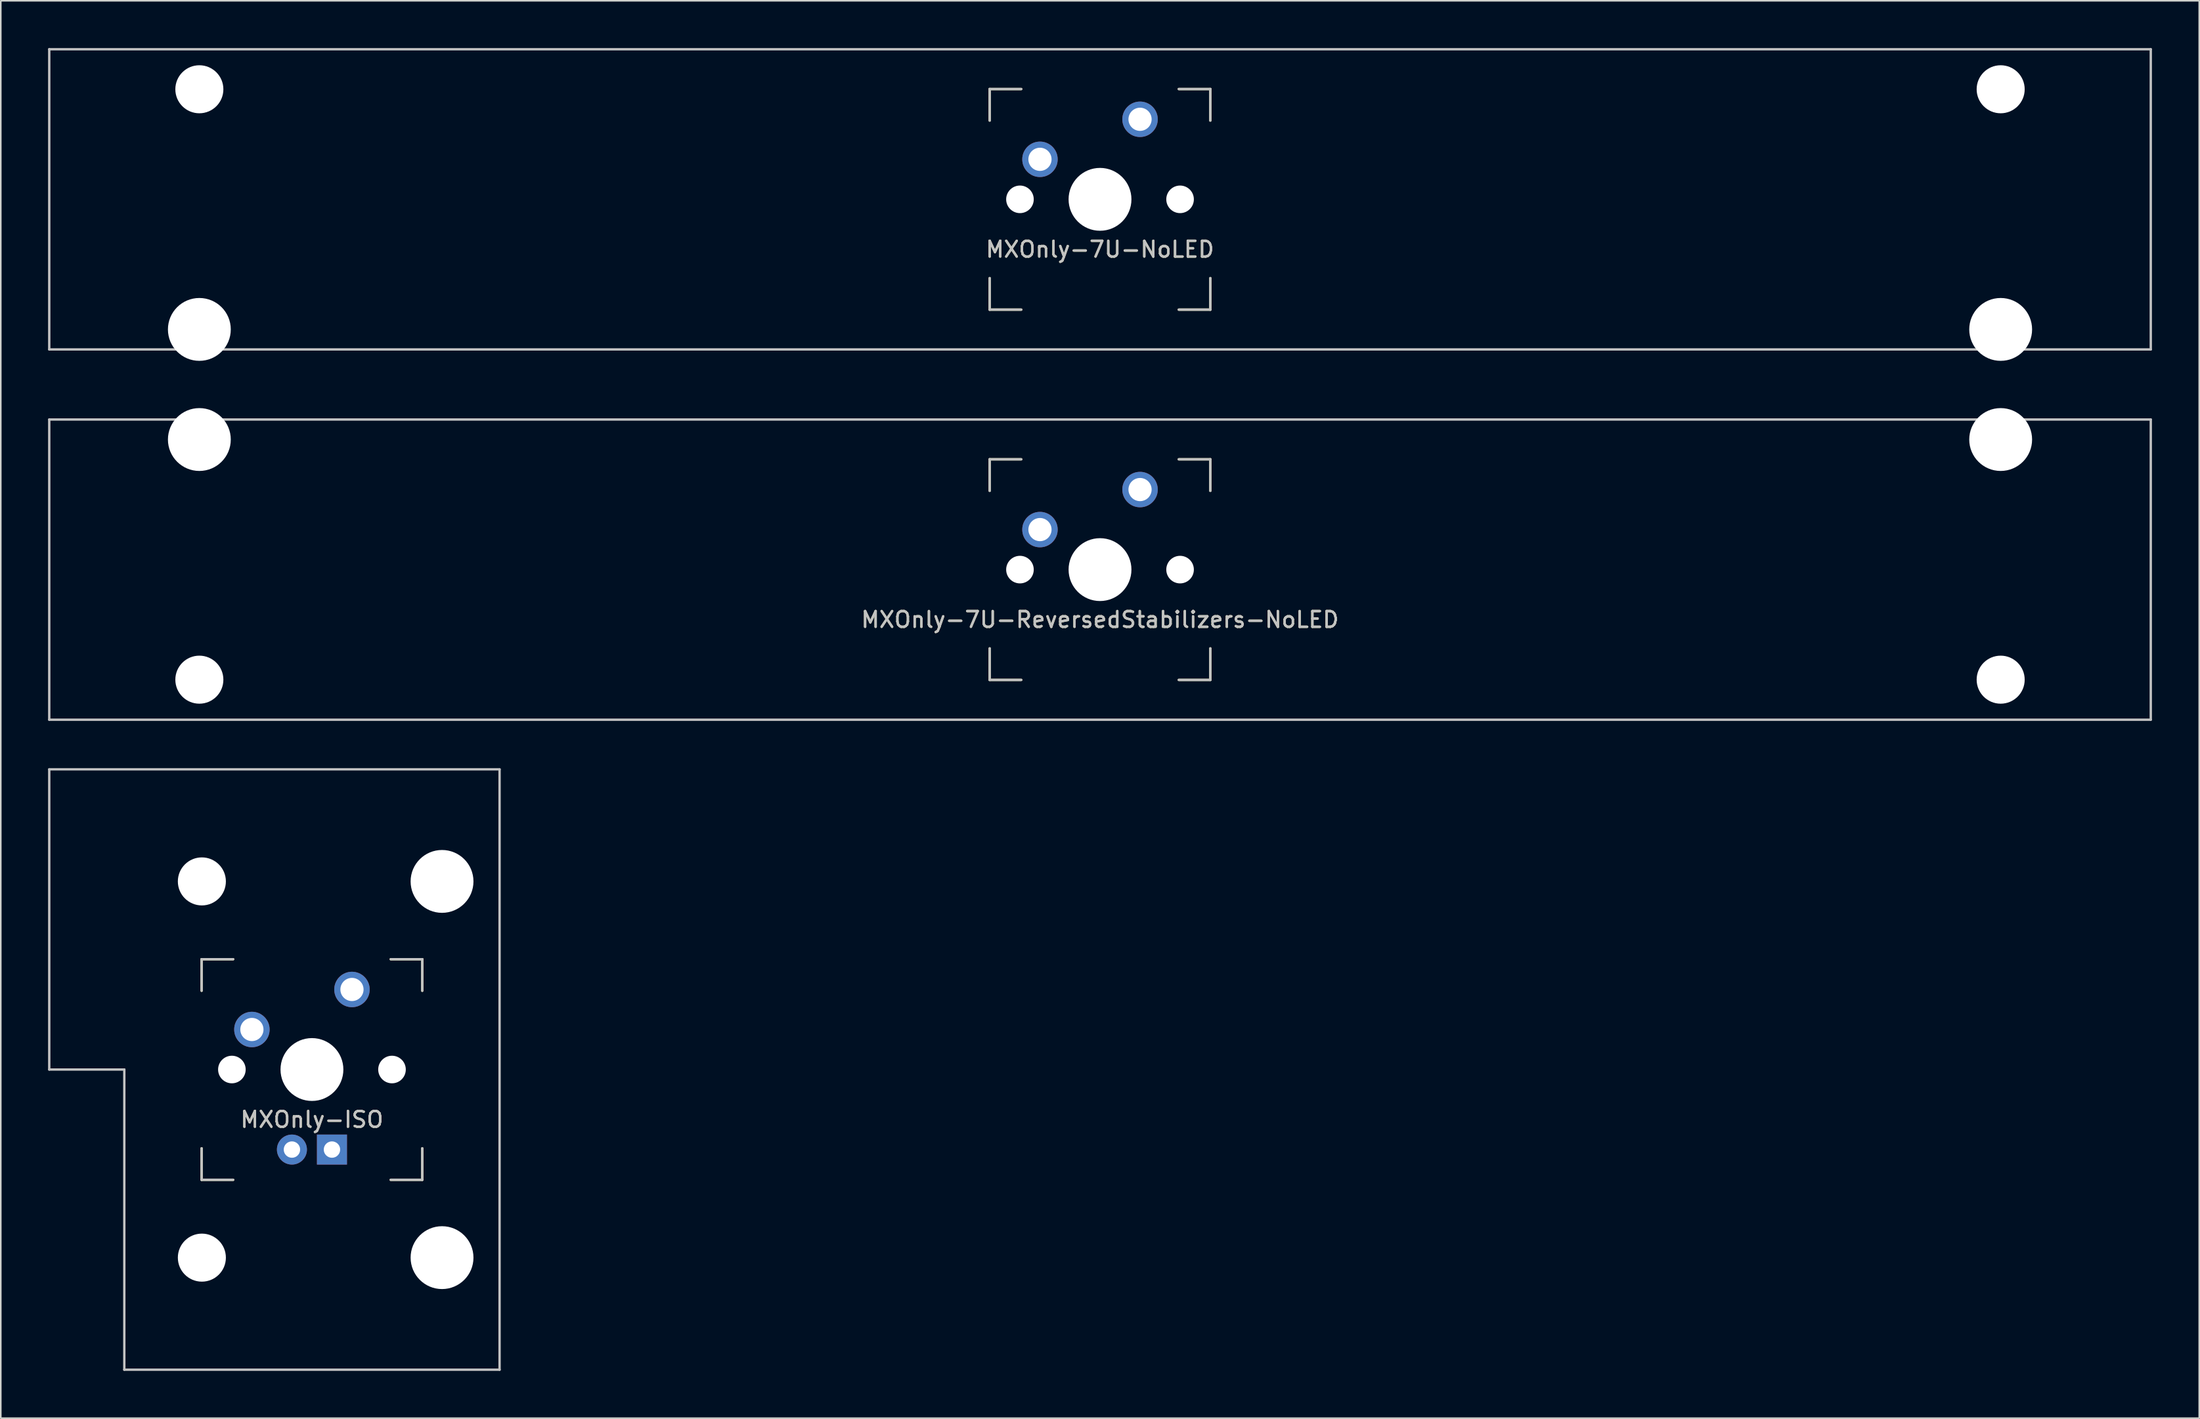
<source format=kicad_pcb>
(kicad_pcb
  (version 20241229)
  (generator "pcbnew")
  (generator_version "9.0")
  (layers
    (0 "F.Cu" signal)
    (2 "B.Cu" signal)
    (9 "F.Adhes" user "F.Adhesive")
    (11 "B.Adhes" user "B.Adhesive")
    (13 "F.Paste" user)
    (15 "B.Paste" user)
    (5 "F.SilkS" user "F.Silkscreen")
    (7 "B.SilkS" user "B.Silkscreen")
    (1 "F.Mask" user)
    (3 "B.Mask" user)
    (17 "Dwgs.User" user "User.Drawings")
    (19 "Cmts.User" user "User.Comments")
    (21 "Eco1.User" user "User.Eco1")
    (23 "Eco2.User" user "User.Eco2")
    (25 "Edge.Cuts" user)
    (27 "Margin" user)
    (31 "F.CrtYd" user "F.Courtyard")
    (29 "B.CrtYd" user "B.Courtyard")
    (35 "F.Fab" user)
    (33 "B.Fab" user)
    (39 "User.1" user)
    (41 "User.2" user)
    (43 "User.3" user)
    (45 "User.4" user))
  (footprint "MXOnly-7U-ReversedStabilizers-NoLED"
    (layer "F.Cu")
    (at 66.75 33.098)
    (property "Reference" "MXOnly-7U-ReversedStabilizers-NoLED" (at 0 3.175 0) (layer "Dwgs.User") (effects (font (size 1 1) (thickness 0.15))))
    (attr through_hole)
    (fp_line (start -7 -7) (end -7 -5) (stroke (width 0.15) (type solid)) (layer "F.SilkS"))
    (fp_line (start -7 5) (end -7 7) (stroke (width 0.15) (type solid)) (layer "F.SilkS"))
    (fp_line (start -7 7) (end -5 7) (stroke (width 0.15) (type solid)) (layer "F.SilkS"))
    (fp_line (start -5 -7) (end -7 -7) (stroke (width 0.15) (type solid)) (layer "F.SilkS"))
    (fp_line (start 5 -7) (end 7 -7) (stroke (width 0.15) (type solid)) (layer "F.SilkS"))
    (fp_line (start 5 7) (end 7 7) (stroke (width 0.15) (type solid)) (layer "F.SilkS"))
    (fp_line (start 7 -7) (end 7 -5) (stroke (width 0.15) (type solid)) (layer "F.SilkS"))
    (fp_line (start 7 7) (end 7 5) (stroke (width 0.15) (type solid)) (layer "F.SilkS"))
    (fp_line (start -66.675 -9.525) (end 66.675 -9.525) (stroke (width 0.15) (type solid)) (layer "Dwgs.User"))
    (fp_line (start -66.675 9.525) (end -66.675 -9.525) (stroke (width 0.15) (type solid)) (layer "Dwgs.User"))
    (fp_line (start -66.675 9.525) (end 66.675 9.525) (stroke (width 0.15) (type solid)) (layer "Dwgs.User"))
    (fp_line (start -7 -7) (end -7 -5) (stroke (width 0.15) (type solid)) (layer "Dwgs.User"))
    (fp_line (start -7 5) (end -7 7) (stroke (width 0.15) (type solid)) (layer "Dwgs.User"))
    (fp_line (start -7 7) (end -5 7) (stroke (width 0.15) (type solid)) (layer "Dwgs.User"))
    (fp_line (start -5 -7) (end -7 -7) (stroke (width 0.15) (type solid)) (layer "Dwgs.User"))
    (fp_line (start 5 -7) (end 7 -7) (stroke (width 0.15) (type solid)) (layer "Dwgs.User"))
    (fp_line (start 5 7) (end 7 7) (stroke (width 0.15) (type solid)) (layer "Dwgs.User"))
    (fp_line (start 7 -7) (end 7 -5) (stroke (width 0.15) (type solid)) (layer "Dwgs.User"))
    (fp_line (start 7 7) (end 7 5) (stroke (width 0.15) (type solid)) (layer "Dwgs.User"))
    (fp_line (start 66.675 -9.525) (end 66.675 9.525) (stroke (width 0.15) (type solid)) (layer "Dwgs.User"))
    (fp_text user "${REFERENCE}" (at 0 3.175 0) (layer "F.SilkS") (effects (font (size 1 1) (thickness 0.15))))
    (pad "" np_thru_hole circle (at -57.15 -8.255) (size 3.988 3.988) (drill 3.988) (layers "*.Cu" "*.Mask"))
    (pad "" np_thru_hole circle (at -57.15 6.985) (size 3.048 3.048) (drill 3.048) (layers "*.Cu" "*.Mask"))
    (pad "" np_thru_hole circle (at -5.08 0 48.1) (size 1.75 1.75) (drill 1.75) (layers "*.Cu" "*.Mask"))
    (pad "" np_thru_hole circle (at 0 0) (size 3.988 3.988) (drill 3.988) (layers "*.Cu" "*.Mask"))
    (pad "" np_thru_hole circle (at 5.08 0 48.1) (size 1.75 1.75) (drill 1.75) (layers "*.Cu" "*.Mask"))
    (pad "" np_thru_hole circle (at 57.15 -8.255) (size 3.988 3.988) (drill 3.988) (layers "*.Cu" "*.Mask"))
    (pad "" np_thru_hole circle (at 57.15 6.985) (size 3.048 3.048) (drill 3.048) (layers "*.Cu" "*.Mask"))
    (pad "1" thru_hole circle (at -3.81 -2.54) (size 2.25 2.25) (drill 1.47) (layers "*.Cu" "B.Mask"))
    (pad "2" thru_hole circle (at 2.54 -5.08) (size 2.25 2.25) (drill 1.47) (layers "*.Cu" "B.Mask")))
  (footprint "MXOnly-7U-NoLED"
    (layer "F.Cu")
    (at 66.75 9.6)
    (property "Reference" "MXOnly-7U-NoLED" (at 0 3.175 0) (layer "Dwgs.User") (effects (font (size 1 1) (thickness 0.15))))
    (attr through_hole)
    (fp_line (start -7 -7) (end -7 -5) (stroke (width 0.15) (type solid)) (layer "F.SilkS"))
    (fp_line (start -7 5) (end -7 7) (stroke (width 0.15) (type solid)) (layer "F.SilkS"))
    (fp_line (start -7 7) (end -5 7) (stroke (width 0.15) (type solid)) (layer "F.SilkS"))
    (fp_line (start -5 -7) (end -7 -7) (stroke (width 0.15) (type solid)) (layer "F.SilkS"))
    (fp_line (start 5 -7) (end 7 -7) (stroke (width 0.15) (type solid)) (layer "F.SilkS"))
    (fp_line (start 5 7) (end 7 7) (stroke (width 0.15) (type solid)) (layer "F.SilkS"))
    (fp_line (start 7 -7) (end 7 -5) (stroke (width 0.15) (type solid)) (layer "F.SilkS"))
    (fp_line (start 7 7) (end 7 5) (stroke (width 0.15) (type solid)) (layer "F.SilkS"))
    (fp_line (start -66.675 -9.525) (end 66.675 -9.525) (stroke (width 0.15) (type solid)) (layer "Dwgs.User"))
    (fp_line (start -66.675 9.525) (end -66.675 -9.525) (stroke (width 0.15) (type solid)) (layer "Dwgs.User"))
    (fp_line (start -66.675 9.525) (end 66.675 9.525) (stroke (width 0.15) (type solid)) (layer "Dwgs.User"))
    (fp_line (start -7 -7) (end -7 -5) (stroke (width 0.15) (type solid)) (layer "Dwgs.User"))
    (fp_line (start -7 5) (end -7 7) (stroke (width 0.15) (type solid)) (layer "Dwgs.User"))
    (fp_line (start -7 7) (end -5 7) (stroke (width 0.15) (type solid)) (layer "Dwgs.User"))
    (fp_line (start -5 -7) (end -7 -7) (stroke (width 0.15) (type solid)) (layer "Dwgs.User"))
    (fp_line (start 5 -7) (end 7 -7) (stroke (width 0.15) (type solid)) (layer "Dwgs.User"))
    (fp_line (start 5 7) (end 7 7) (stroke (width 0.15) (type solid)) (layer "Dwgs.User"))
    (fp_line (start 7 -7) (end 7 -5) (stroke (width 0.15) (type solid)) (layer "Dwgs.User"))
    (fp_line (start 7 7) (end 7 5) (stroke (width 0.15) (type solid)) (layer "Dwgs.User"))
    (fp_line (start 66.675 -9.525) (end 66.675 9.525) (stroke (width 0.15) (type solid)) (layer "Dwgs.User"))
    (fp_text user "${REFERENCE}" (at 0 3.175 0) (layer "F.SilkS") (effects (font (size 1 1) (thickness 0.15))))
    (pad "" np_thru_hole circle (at -57.15 -6.985) (size 3.048 3.048) (drill 3.048) (layers "*.Cu" "*.Mask"))
    (pad "" np_thru_hole circle (at -57.15 8.255) (size 3.988 3.988) (drill 3.988) (layers "*.Cu" "*.Mask"))
    (pad "" np_thru_hole circle (at -5.08 0 48.1) (size 1.75 1.75) (drill 1.75) (layers "*.Cu" "*.Mask"))
    (pad "" np_thru_hole circle (at 0 0) (size 3.988 3.988) (drill 3.988) (layers "*.Cu" "*.Mask"))
    (pad "" np_thru_hole circle (at 5.08 0 48.1) (size 1.75 1.75) (drill 1.75) (layers "*.Cu" "*.Mask"))
    (pad "" np_thru_hole circle (at 57.15 -6.985) (size 3.048 3.048) (drill 3.048) (layers "*.Cu" "*.Mask"))
    (pad "" np_thru_hole circle (at 57.15 8.255) (size 3.988 3.988) (drill 3.988) (layers "*.Cu" "*.Mask"))
    (pad "1" thru_hole circle (at -3.81 -2.54) (size 2.25 2.25) (drill 1.47) (layers "*.Cu" "B.Mask"))
    (pad "2" thru_hole circle (at 2.54 -5.08) (size 2.25 2.25) (drill 1.47) (layers "*.Cu" "B.Mask")))
  (footprint "MXOnly-ISO"
    (layer "F.Cu")
    (at 16.744 64.823)
    (property "Reference" "MXOnly-ISO" (at 0 3.175 0) (layer "Dwgs.User") (effects (font (size 1 1) (thickness 0.15))))
    (attr through_hole)
    (fp_line (start -7 -7) (end -7 -5) (stroke (width 0.15) (type solid)) (layer "F.SilkS"))
    (fp_line (start -7 5) (end -7 7) (stroke (width 0.15) (type solid)) (layer "F.SilkS"))
    (fp_line (start -7 7) (end -5 7) (stroke (width 0.15) (type solid)) (layer "F.SilkS"))
    (fp_line (start -5 -7) (end -7 -7) (stroke (width 0.15) (type solid)) (layer "F.SilkS"))
    (fp_line (start 5 -7) (end 7 -7) (stroke (width 0.15) (type solid)) (layer "F.SilkS"))
    (fp_line (start 5 7) (end 7 7) (stroke (width 0.15) (type solid)) (layer "F.SilkS"))
    (fp_line (start 7 -7) (end 7 -5) (stroke (width 0.15) (type solid)) (layer "F.SilkS"))
    (fp_line (start 7 7) (end 7 5) (stroke (width 0.15) (type solid)) (layer "F.SilkS"))
    (fp_line (start -16.669 -19.05) (end -16.669 0) (stroke (width 0.15) (type solid)) (layer "Dwgs.User"))
    (fp_line (start -16.669 -19.05) (end 11.906 -19.05) (stroke (width 0.15) (type solid)) (layer "Dwgs.User"))
    (fp_line (start -11.906 0) (end -16.669 0) (stroke (width 0.15) (type solid)) (layer "Dwgs.User"))
    (fp_line (start -11.906 19.05) (end -11.906 0) (stroke (width 0.15) (type solid)) (layer "Dwgs.User"))
    (fp_line (start -11.906 19.05) (end 11.906 19.05) (stroke (width 0.15) (type solid)) (layer "Dwgs.User"))
    (fp_line (start -7 -7) (end -7 -5) (stroke (width 0.15) (type solid)) (layer "Dwgs.User"))
    (fp_line (start -7 5) (end -7 7) (stroke (width 0.15) (type solid)) (layer "Dwgs.User"))
    (fp_line (start -7 7) (end -5 7) (stroke (width 0.15) (type solid)) (layer "Dwgs.User"))
    (fp_line (start -5 -7) (end -7 -7) (stroke (width 0.15) (type solid)) (layer "Dwgs.User"))
    (fp_line (start 5 -7) (end 7 -7) (stroke (width 0.15) (type solid)) (layer "Dwgs.User"))
    (fp_line (start 5 7) (end 7 7) (stroke (width 0.15) (type solid)) (layer "Dwgs.User"))
    (fp_line (start 7 -7) (end 7 -5) (stroke (width 0.15) (type solid)) (layer "Dwgs.User"))
    (fp_line (start 7 7) (end 7 5) (stroke (width 0.15) (type solid)) (layer "Dwgs.User"))
    (fp_line (start 11.906 -19.05) (end 11.906 19.05) (stroke (width 0.15) (type solid)) (layer "Dwgs.User"))
    (fp_text user "${REFERENCE}" (at 0 3.175 0) (layer "F.SilkS") (effects (font (size 1 1) (thickness 0.15))))
    (pad "" np_thru_hole circle (at -6.985 -11.938) (size 3.048 3.048) (drill 3.048) (layers "*.Cu" "*.Mask"))
    (pad "" np_thru_hole circle (at -6.985 11.938) (size 3.048 3.048) (drill 3.048) (layers "*.Cu" "*.Mask"))
    (pad "" np_thru_hole circle (at -5.08 0 48.1) (size 1.75 1.75) (drill 1.75) (layers "*.Cu" "*.Mask"))
    (pad "" np_thru_hole circle (at 0 0) (size 3.988 3.988) (drill 3.988) (layers "*.Cu" "*.Mask"))
    (pad "" np_thru_hole circle (at 5.08 0 48.1) (size 1.75 1.75) (drill 1.75) (layers "*.Cu" "*.Mask"))
    (pad "" np_thru_hole circle (at 8.255 -11.938) (size 3.988 3.988) (drill 3.988) (layers "*.Cu" "*.Mask"))
    (pad "" np_thru_hole circle (at 8.255 11.938) (size 3.988 3.988) (drill 3.988) (layers "*.Cu" "*.Mask"))
    (pad "1" thru_hole circle (at -3.81 -2.54) (size 2.25 2.25) (drill 1.47) (layers "*.Cu" "B.Mask"))
    (pad "2" thru_hole circle (at 2.54 -5.08) (size 2.25 2.25) (drill 1.47) (layers "*.Cu" "B.Mask"))
    (pad "3" thru_hole circle (at -1.27 5.08) (size 1.905 1.905) (drill 1.04) (layers "*.Cu" "B.Mask"))
    (pad "4" thru_hole rect (at 1.27 5.08) (size 1.905 1.905) (drill 1.04) (layers "*.Cu" "B.Mask")))
  (gr_rect
    (start -3 -3)
    (end 136.5 86.948)
    (stroke (width 0.1) (type default))
    (fill no)
    (layer "Edge.Cuts")))
</source>
